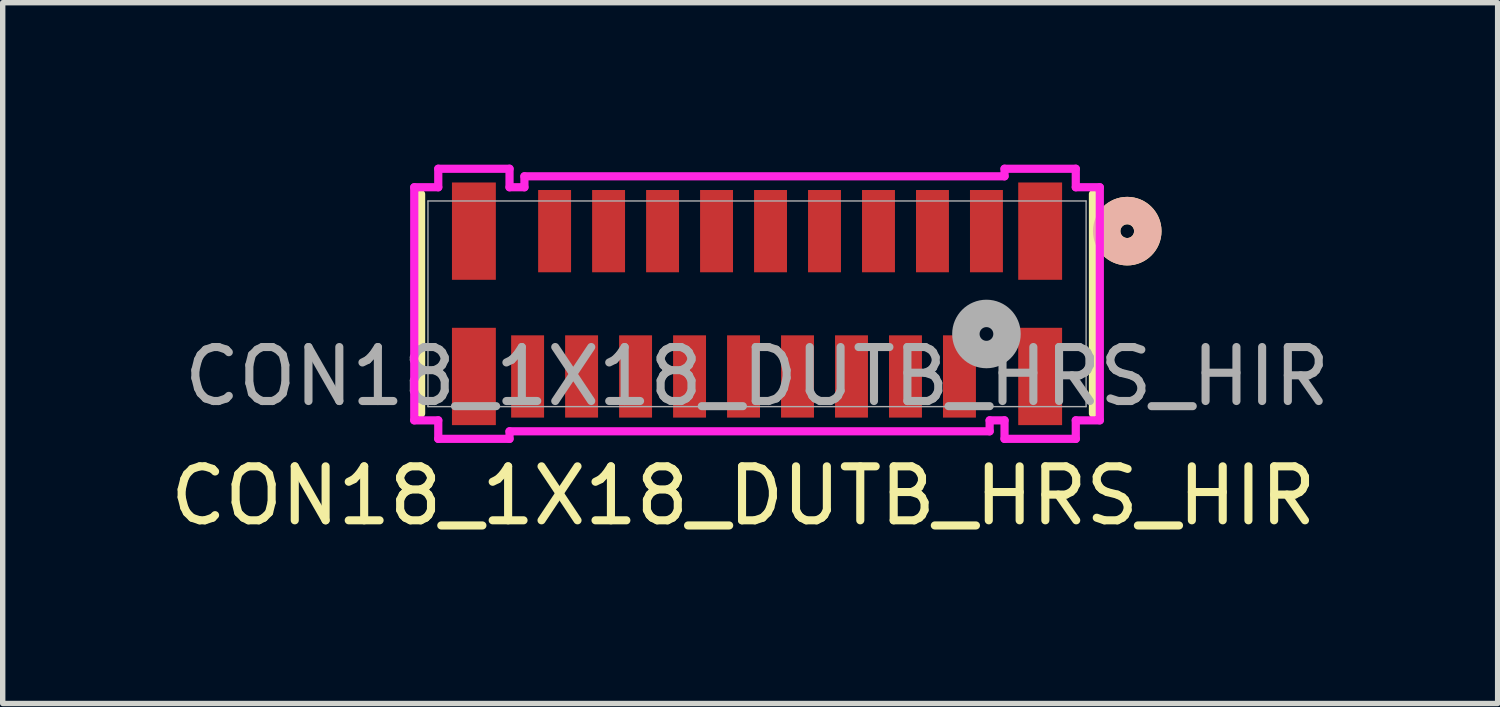
<source format=kicad_pcb>
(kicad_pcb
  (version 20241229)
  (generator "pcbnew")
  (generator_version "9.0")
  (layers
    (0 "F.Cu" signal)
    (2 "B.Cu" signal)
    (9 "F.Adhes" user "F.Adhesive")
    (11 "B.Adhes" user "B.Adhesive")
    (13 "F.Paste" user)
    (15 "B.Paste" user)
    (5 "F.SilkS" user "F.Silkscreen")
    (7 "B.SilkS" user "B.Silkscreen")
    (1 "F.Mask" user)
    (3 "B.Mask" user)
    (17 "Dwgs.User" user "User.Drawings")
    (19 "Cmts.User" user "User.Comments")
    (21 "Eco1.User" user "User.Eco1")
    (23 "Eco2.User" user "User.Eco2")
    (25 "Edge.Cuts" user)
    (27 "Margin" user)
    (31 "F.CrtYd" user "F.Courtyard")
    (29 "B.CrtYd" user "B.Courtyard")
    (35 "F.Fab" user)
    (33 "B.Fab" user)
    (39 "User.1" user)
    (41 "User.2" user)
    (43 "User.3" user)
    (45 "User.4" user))
  (footprint "CON18_1X18_DUTB_HRS_HIR"
    (layer "F.Cu")
    (at 10.974 2.578)
    (property "Reference" "CON18_1X18_DUTB_HRS_HIR" (at -0.254 3.556 0) (unlocked yes) (layer "F.SilkS") (effects (font (size 1 1) (thickness 0.15))))
    (attr smd)
    (fp_line (start -6.223 -2.032) (end -6.223 2.032) (stroke (width 0.152) (type solid)) (layer "F.SilkS"))
    (fp_line (start 6.223 2.032) (end 6.223 -2.032) (stroke (width 0.152) (type solid)) (layer "F.SilkS"))
    (fp_circle (center 6.858 -1.346) (end 7.239 -1.346) (stroke (width 0.508) (type solid)) (fill no) (layer "F.SilkS"))
    (fp_circle (center 6.858 -1.346) (end 7.239 -1.346) (stroke (width 0.508) (type solid)) (fill no) (layer "B.SilkS"))
    (fp_line (start -6.35 -2.159) (end -6.35 2.159) (stroke (width 0.152) (type solid)) (layer "F.CrtYd"))
    (fp_line (start -6.35 2.159) (end -5.905 2.159) (stroke (width 0.152) (type solid)) (layer "F.CrtYd"))
    (fp_line (start -5.905 -2.502) (end -5.905 -2.159) (stroke (width 0.152) (type solid)) (layer "F.CrtYd"))
    (fp_line (start -5.905 -2.159) (end -6.35 -2.159) (stroke (width 0.152) (type solid)) (layer "F.CrtYd"))
    (fp_line (start -5.905 2.159) (end -5.905 2.502) (stroke (width 0.152) (type solid)) (layer "F.CrtYd"))
    (fp_line (start -5.905 2.502) (end -4.585 2.502) (stroke (width 0.152) (type solid)) (layer "F.CrtYd"))
    (fp_line (start -4.585 -2.502) (end -5.905 -2.502) (stroke (width 0.152) (type solid)) (layer "F.CrtYd"))
    (fp_line (start -4.585 -2.159) (end -4.585 -2.502) (stroke (width 0.152) (type solid)) (layer "F.CrtYd"))
    (fp_line (start -4.585 2.362) (end 4.309 2.362) (stroke (width 0.152) (type solid)) (layer "F.CrtYd"))
    (fp_line (start -4.585 2.502) (end -4.585 2.362) (stroke (width 0.152) (type solid)) (layer "F.CrtYd"))
    (fp_line (start -4.309 -2.362) (end -4.309 -2.159) (stroke (width 0.152) (type solid)) (layer "F.CrtYd"))
    (fp_line (start -4.309 -2.159) (end -4.585 -2.159) (stroke (width 0.152) (type solid)) (layer "F.CrtYd"))
    (fp_line (start 4.309 2.159) (end 4.585 2.159) (stroke (width 0.152) (type solid)) (layer "F.CrtYd"))
    (fp_line (start 4.309 2.362) (end 4.309 2.159) (stroke (width 0.152) (type solid)) (layer "F.CrtYd"))
    (fp_line (start 4.585 -2.502) (end 4.585 -2.362) (stroke (width 0.152) (type solid)) (layer "F.CrtYd"))
    (fp_line (start 4.585 -2.362) (end -4.309 -2.362) (stroke (width 0.152) (type solid)) (layer "F.CrtYd"))
    (fp_line (start 4.585 2.159) (end 4.585 2.502) (stroke (width 0.152) (type solid)) (layer "F.CrtYd"))
    (fp_line (start 4.585 2.502) (end 5.905 2.502) (stroke (width 0.152) (type solid)) (layer "F.CrtYd"))
    (fp_line (start 5.905 -2.502) (end 4.585 -2.502) (stroke (width 0.152) (type solid)) (layer "F.CrtYd"))
    (fp_line (start 5.905 -2.159) (end 5.905 -2.502) (stroke (width 0.152) (type solid)) (layer "F.CrtYd"))
    (fp_line (start 5.905 2.159) (end 6.35 2.159) (stroke (width 0.152) (type solid)) (layer "F.CrtYd"))
    (fp_line (start 5.905 2.502) (end 5.905 2.159) (stroke (width 0.152) (type solid)) (layer "F.CrtYd"))
    (fp_line (start 6.35 -2.159) (end 5.905 -2.159) (stroke (width 0.152) (type solid)) (layer "F.CrtYd"))
    (fp_line (start 6.35 2.159) (end 6.35 -2.159) (stroke (width 0.152) (type solid)) (layer "F.CrtYd"))
    (fp_line (start -6.096 -1.905) (end -6.096 1.905) (stroke (width 0.025) (type solid)) (layer "F.Fab"))
    (fp_line (start -6.096 1.905) (end 6.096 1.905) (stroke (width 0.025) (type solid)) (layer "F.Fab"))
    (fp_line (start 6.096 -1.905) (end -6.096 -1.905) (stroke (width 0.025) (type solid)) (layer "F.Fab"))
    (fp_line (start 6.096 1.905) (end 6.096 -1.905) (stroke (width 0.025) (type solid)) (layer "F.Fab"))
    (fp_circle (center 4.25 0.559) (end 4.631 0.559) (stroke (width 0.508) (type solid)) (fill no) (layer "F.Fab"))
    (fp_text user "${REFERENCE}" (at 0 1.346 0) (unlocked yes) (layer "F.Fab") (effects (font (size 1 1) (thickness 0.15))))
    (pad "1" smd rect (at 4.25 -1.346) (size 0.61 1.524) (layers "F.Cu" "F.Mask" "F.Paste"))
    (pad "2" smd rect (at 3.75 1.346) (size 0.61 1.524) (layers "F.Cu" "F.Mask" "F.Paste"))
    (pad "3" smd rect (at 3.25 -1.346) (size 0.61 1.524) (layers "F.Cu" "F.Mask" "F.Paste"))
    (pad "4" smd rect (at 2.75 1.346) (size 0.61 1.524) (layers "F.Cu" "F.Mask" "F.Paste"))
    (pad "5" smd rect (at 2.25 -1.346) (size 0.61 1.524) (layers "F.Cu" "F.Mask" "F.Paste"))
    (pad "6" smd rect (at 1.75 1.346) (size 0.61 1.524) (layers "F.Cu" "F.Mask" "F.Paste"))
    (pad "7" smd rect (at 1.25 -1.346) (size 0.61 1.524) (layers "F.Cu" "F.Mask" "F.Paste"))
    (pad "8" smd rect (at 0.75 1.346) (size 0.61 1.524) (layers "F.Cu" "F.Mask" "F.Paste"))
    (pad "9" smd rect (at 0.25 -1.346) (size 0.61 1.524) (layers "F.Cu" "F.Mask" "F.Paste"))
    (pad "10" smd rect (at -0.25 1.346) (size 0.61 1.524) (layers "F.Cu" "F.Mask" "F.Paste"))
    (pad "11" smd rect (at -0.75 -1.346) (size 0.61 1.524) (layers "F.Cu" "F.Mask" "F.Paste"))
    (pad "12" smd rect (at -1.25 1.346) (size 0.61 1.524) (layers "F.Cu" "F.Mask" "F.Paste"))
    (pad "13" smd rect (at -1.75 -1.346) (size 0.61 1.524) (layers "F.Cu" "F.Mask" "F.Paste"))
    (pad "14" smd rect (at -2.25 1.346) (size 0.61 1.524) (layers "F.Cu" "F.Mask" "F.Paste"))
    (pad "15" smd rect (at -2.75 -1.346) (size 0.61 1.524) (layers "F.Cu" "F.Mask" "F.Paste"))
    (pad "16" smd rect (at -3.25 1.346) (size 0.61 1.524) (layers "F.Cu" "F.Mask" "F.Paste"))
    (pad "17" smd rect (at -3.75 -1.346) (size 0.61 1.524) (layers "F.Cu" "F.Mask" "F.Paste"))
    (pad "18" smd rect (at -4.25 1.346) (size 0.61 1.524) (layers "F.Cu" "F.Mask" "F.Paste"))
    (pad "19" smd rect (at -5.245 1.346) (size 0.813 1.803) (layers "F.Cu" "F.Mask" "F.Paste"))
    (pad "20" smd rect (at 5.245 1.346) (size 0.813 1.803) (layers "F.Cu" "F.Mask" "F.Paste"))
    (pad "21" smd rect (at -5.245 -1.346) (size 0.813 1.803) (layers "F.Cu" "F.Mask" "F.Paste"))
    (pad "22" smd rect (at 5.245 -1.346) (size 0.813 1.803) (layers "F.Cu" "F.Mask" "F.Paste")))
  (gr_rect
    (start -3 -3)
    (end 24.694 9.982)
    (stroke (width 0.1) (type default))
    (fill no)
    (layer "Edge.Cuts")))
</source>
